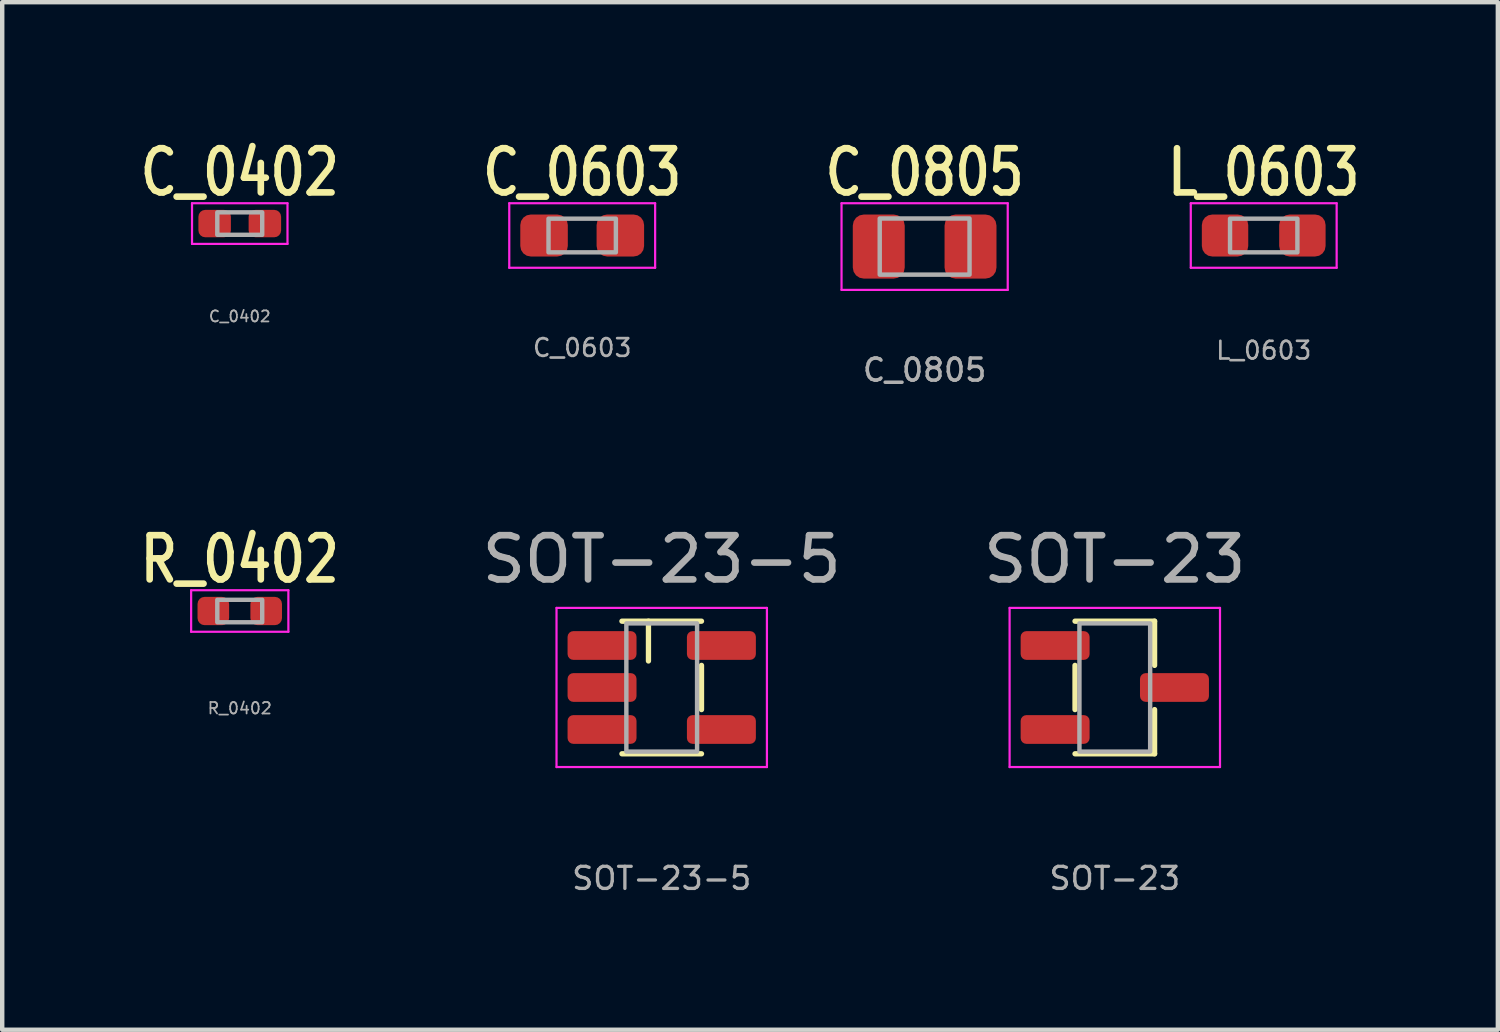
<source format=kicad_pcb>
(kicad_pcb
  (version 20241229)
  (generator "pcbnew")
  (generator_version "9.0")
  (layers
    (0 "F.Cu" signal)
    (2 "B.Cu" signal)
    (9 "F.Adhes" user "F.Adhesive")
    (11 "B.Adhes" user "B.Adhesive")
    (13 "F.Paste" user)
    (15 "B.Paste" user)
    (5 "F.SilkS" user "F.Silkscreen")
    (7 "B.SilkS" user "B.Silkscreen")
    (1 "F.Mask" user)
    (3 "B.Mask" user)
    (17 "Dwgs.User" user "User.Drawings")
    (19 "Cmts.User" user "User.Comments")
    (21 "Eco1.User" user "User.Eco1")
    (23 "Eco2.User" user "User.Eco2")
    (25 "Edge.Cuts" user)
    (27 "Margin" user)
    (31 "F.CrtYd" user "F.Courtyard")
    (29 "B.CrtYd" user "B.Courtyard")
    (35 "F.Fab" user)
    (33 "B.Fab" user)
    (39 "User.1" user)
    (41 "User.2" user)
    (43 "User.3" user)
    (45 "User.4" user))
  (footprint "C_0805"
    (layer "F.Cu")
    (at 17.868 2.528)
    (property "Reference" "C_0805" (at 0 -1.68 0) (layer "F.SilkS") (effects (font (size 1 0.8) (thickness 0.15))))
    (attr smd)
    (fp_line (start -1.88 -0.98) (end 1.88 -0.98) (stroke (width 0.05) (type solid)) (layer "F.CrtYd"))
    (fp_line (start -1.88 0.98) (end -1.88 -0.98) (stroke (width 0.05) (type solid)) (layer "F.CrtYd"))
    (fp_line (start 1.88 -0.98) (end 1.88 0.98) (stroke (width 0.05) (type solid)) (layer "F.CrtYd"))
    (fp_line (start 1.88 0.98) (end -1.88 0.98) (stroke (width 0.05) (type solid)) (layer "F.CrtYd"))
    (fp_rect (start -1.016 -0.635) (end 1.016 0.635) (stroke (width 0.1) (type default)) (fill no) (layer "F.Fab"))
    (fp_text user "${REFERENCE}" (at 0 2.794 0) (layer "F.Fab") (effects (font (size 0.5 0.5) (thickness 0.08))))
    (pad "1" smd roundrect (at -1.038 0) (size 1.175 1.45) (layers "F.Cu" "F.Mask" "F.Paste") (roundrect_rratio 0.213))
    (pad "2" smd roundrect (at 1.038 0) (size 1.175 1.45) (layers "F.Cu" "F.Mask" "F.Paste") (roundrect_rratio 0.213)))
  (footprint "L_0603"
    (layer "F.Cu")
    (at 25.539 2.278)
    (property "Reference" "L_0603" (at 0 -1.43 0) (layer "F.SilkS") (effects (font (size 1 0.8) (thickness 0.15))))
    (attr smd)
    (fp_line (start -1.65 -0.73) (end 1.65 -0.73) (stroke (width 0.05) (type solid)) (layer "F.CrtYd"))
    (fp_line (start -1.65 0.73) (end -1.65 -0.73) (stroke (width 0.05) (type solid)) (layer "F.CrtYd"))
    (fp_line (start 1.65 -0.73) (end 1.65 0.73) (stroke (width 0.05) (type solid)) (layer "F.CrtYd"))
    (fp_line (start 1.65 0.73) (end -1.65 0.73) (stroke (width 0.05) (type solid)) (layer "F.CrtYd"))
    (fp_rect (start -0.762 -0.381) (end 0.762 0.381) (stroke (width 0.1) (type default)) (fill no) (layer "F.Fab"))
    (fp_text user "${REFERENCE}" (at 0 2.6 0) (layer "F.Fab") (effects (font (size 0.4 0.4) (thickness 0.06))))
    (pad "1" smd roundrect (at -0.875 0) (size 1.05 0.95) (layers "F.Cu" "F.Mask" "F.Paste") (roundrect_rratio 0.25))
    (pad "2" smd roundrect (at 0.875 0) (size 1.05 0.95) (layers "F.Cu" "F.Mask" "F.Paste") (roundrect_rratio 0.25)))
  (footprint "C_0402"
    (layer "F.Cu")
    (at 2.374 2.008)
    (property "Reference" "C_0402" (at 0 -1.16 0) (layer "F.SilkS") (effects (font (size 1 0.8) (thickness 0.15))))
    (attr smd)
    (fp_line (start -1.08 -0.46) (end 1.08 -0.46) (stroke (width 0.05) (type solid)) (layer "F.CrtYd"))
    (fp_line (start -1.08 0.46) (end -1.08 -0.46) (stroke (width 0.05) (type solid)) (layer "F.CrtYd"))
    (fp_line (start 1.08 -0.46) (end 1.08 0.46) (stroke (width 0.05) (type solid)) (layer "F.CrtYd"))
    (fp_line (start 1.08 0.46) (end -1.08 0.46) (stroke (width 0.05) (type solid)) (layer "F.CrtYd"))
    (fp_rect (start -0.508 -0.254) (end 0.508 0.254) (stroke (width 0.1) (type default)) (fill no) (layer "F.Fab"))
    (fp_text user "${REFERENCE}" (at 0 2.1 0) (layer "F.Fab") (effects (font (size 0.25 0.25) (thickness 0.04))))
    (pad "1" smd roundrect (at -0.568 0) (size 0.735 0.62) (layers "F.Cu" "F.Mask" "F.Paste") (roundrect_rratio 0.25))
    (pad "2" smd roundrect (at 0.568 0) (size 0.735 0.62) (layers "F.Cu" "F.Mask" "F.Paste") (roundrect_rratio 0.25)))
  (footprint "SOT-23"
    (layer "F.Cu")
    (at 22.17 12.503)
    (property "Reference" "SOT-23" (at 0 -2.9 0) (layer "F.Fab") (effects (font (size 1 1) (thickness 0.15))))
    (attr smd)
    (fp_line (start -0.9 0.5) (end -0.9 -0.5) (stroke (width 0.12) (type solid)) (layer "F.SilkS"))
    (fp_line (start -0.9 1.5) (end 0.9 1.5) (stroke (width 0.12) (type solid)) (layer "F.SilkS"))
    (fp_line (start 0.9 -1.5) (end -0.9 -1.5) (stroke (width 0.12) (type solid)) (layer "F.SilkS"))
    (fp_line (start 0.9 -0.5) (end 0.9 -1.5) (stroke (width 0.12) (type solid)) (layer "F.SilkS"))
    (fp_line (start 0.9 1.5) (end 0.9 0.5) (stroke (width 0.12) (type solid)) (layer "F.SilkS"))
    (fp_line (start -2.38 -1.8) (end -2.38 1.8) (stroke (width 0.05) (type solid)) (layer "F.CrtYd"))
    (fp_line (start -2.38 -1.8) (end 2.38 -1.8) (stroke (width 0.05) (type solid)) (layer "F.CrtYd"))
    (fp_line (start 2.38 1.8) (end -2.38 1.8) (stroke (width 0.05) (type solid)) (layer "F.CrtYd"))
    (fp_line (start 2.38 1.8) (end 2.38 -1.8) (stroke (width 0.05) (type solid)) (layer "F.CrtYd"))
    (fp_rect (start 0.8 1.45) (end -0.8 -1.45) (stroke (width 0.1) (type default)) (fill no) (layer "F.Fab"))
    (fp_text user "${REFERENCE}" (at 0 4.318 180) (layer "F.Fab") (effects (font (size 0.5 0.5) (thickness 0.075))))
    (pad "1" smd roundrect (at -1.35 -0.95 180) (size 1.56 0.65) (layers "F.Cu" "F.Mask" "F.Paste") (roundrect_rratio 0.2))
    (pad "2" smd roundrect (at -1.35 0.95 180) (size 1.56 0.65) (layers "F.Cu" "F.Mask" "F.Paste") (roundrect_rratio 0.2))
    (pad "3" smd roundrect (at 1.35 0 180) (size 1.56 0.65) (layers "F.Cu" "F.Mask" "F.Paste") (roundrect_rratio 0.2)))
  (footprint "C_0603"
    (layer "F.Cu")
    (at 10.121 2.278)
    (property "Reference" "C_0603" (at 0 -1.43 0) (layer "F.SilkS") (effects (font (size 1 0.8) (thickness 0.15))))
    (attr smd)
    (fp_line (start -1.65 -0.73) (end 1.65 -0.73) (stroke (width 0.05) (type solid)) (layer "F.CrtYd"))
    (fp_line (start -1.65 0.73) (end -1.65 -0.73) (stroke (width 0.05) (type solid)) (layer "F.CrtYd"))
    (fp_line (start 1.65 -0.73) (end 1.65 0.73) (stroke (width 0.05) (type solid)) (layer "F.CrtYd"))
    (fp_line (start 1.65 0.73) (end -1.65 0.73) (stroke (width 0.05) (type solid)) (layer "F.CrtYd"))
    (fp_rect (start -0.762 -0.381) (end 0.762 0.381) (stroke (width 0.1) (type default)) (fill no) (layer "F.Fab"))
    (fp_text user "${REFERENCE}" (at 0 2.54 0) (layer "F.Fab") (effects (font (size 0.4 0.4) (thickness 0.06))))
    (pad "1" smd roundrect (at -0.863 0) (size 1.075 0.95) (layers "F.Cu" "F.Mask" "F.Paste") (roundrect_rratio 0.25))
    (pad "2" smd roundrect (at 0.863 0) (size 1.075 0.95) (layers "F.Cu" "F.Mask" "F.Paste") (roundrect_rratio 0.25)))
  (footprint "R_0402"
    (layer "F.Cu")
    (at 2.374 10.773)
    (property "Reference" "R_0402" (at 0 -1.17 0) (layer "F.SilkS") (effects (font (size 1 0.8) (thickness 0.15))))
    (attr smd)
    (fp_line (start -1.1 -0.47) (end 1.1 -0.47) (stroke (width 0.05) (type solid)) (layer "F.CrtYd"))
    (fp_line (start -1.1 0.47) (end -1.1 -0.47) (stroke (width 0.05) (type solid)) (layer "F.CrtYd"))
    (fp_line (start 1.1 -0.47) (end 1.1 0.47) (stroke (width 0.05) (type solid)) (layer "F.CrtYd"))
    (fp_line (start 1.1 0.47) (end -1.1 0.47) (stroke (width 0.05) (type solid)) (layer "F.CrtYd"))
    (fp_rect (start -0.508 -0.254) (end 0.508 0.254) (stroke (width 0.1) (type default)) (fill no) (layer "F.Fab"))
    (fp_text user "${REFERENCE}" (at 0 2.2 0) (layer "F.Fab") (effects (font (size 0.26 0.26) (thickness 0.04))))
    (pad "1" smd roundrect (at -0.598 0) (size 0.715 0.64) (layers "F.Cu" "F.Mask" "F.Paste") (roundrect_rratio 0.25))
    (pad "2" smd roundrect (at 0.598 0) (size 0.715 0.64) (layers "F.Cu" "F.Mask" "F.Paste") (roundrect_rratio 0.25)))
  (footprint "SOT-23-5"
    (layer "F.Cu")
    (at 11.92 12.503)
    (property "Reference" "SOT-23-5" (at 0 -2.9 0) (layer "F.Fab") (effects (font (size 1 1) (thickness 0.15))))
    (attr smd)
    (fp_line (start -0.9 1.5) (end 0.9 1.5) (stroke (width 0.12) (type solid)) (layer "F.SilkS"))
    (fp_line (start -0.3 -1.5) (end -0.3 -0.6) (stroke (width 0.12) (type solid)) (layer "F.SilkS"))
    (fp_line (start 0.9 -1.5) (end -0.9 -1.5) (stroke (width 0.12) (type solid)) (layer "F.SilkS"))
    (fp_line (start 0.9 -0.5) (end 0.9 0.5) (stroke (width 0.12) (type solid)) (layer "F.SilkS"))
    (fp_line (start -2.38 -1.8) (end -2.38 1.8) (stroke (width 0.05) (type solid)) (layer "F.CrtYd"))
    (fp_line (start -2.38 -1.8) (end 2.38 -1.8) (stroke (width 0.05) (type solid)) (layer "F.CrtYd"))
    (fp_line (start 2.38 1.8) (end -2.38 1.8) (stroke (width 0.05) (type solid)) (layer "F.CrtYd"))
    (fp_line (start 2.38 1.8) (end 2.38 -1.8) (stroke (width 0.05) (type solid)) (layer "F.CrtYd"))
    (fp_rect (start -0.8 -1.45) (end 0.8 1.45) (stroke (width 0.1) (type default)) (fill no) (layer "F.Fab"))
    (fp_text user "${REFERENCE}" (at 0 4.318 180) (layer "F.Fab") (effects (font (size 0.5 0.5) (thickness 0.075))))
    (pad "1" smd roundrect (at -1.35 -0.95) (size 1.56 0.65) (layers "F.Cu" "F.Mask" "F.Paste") (roundrect_rratio 0.2))
    (pad "2" smd roundrect (at -1.35 0) (size 1.56 0.65) (layers "F.Cu" "F.Mask" "F.Paste") (roundrect_rratio 0.2))
    (pad "3" smd roundrect (at -1.35 0.95) (size 1.56 0.65) (layers "F.Cu" "F.Mask" "F.Paste") (roundrect_rratio 0.2))
    (pad "4" smd roundrect (at 1.35 0.95) (size 1.56 0.65) (layers "F.Cu" "F.Mask" "F.Paste") (roundrect_rratio 0.2))
    (pad "5" smd roundrect (at 1.35 -0.95) (size 1.56 0.65) (layers "F.Cu" "F.Mask" "F.Paste") (roundrect_rratio 0.2)))
  (gr_rect
    (start -3 -3)
    (end 30.836 20.246)
    (stroke (width 0.1) (type default))
    (fill no)
    (layer "Edge.Cuts")))
</source>
